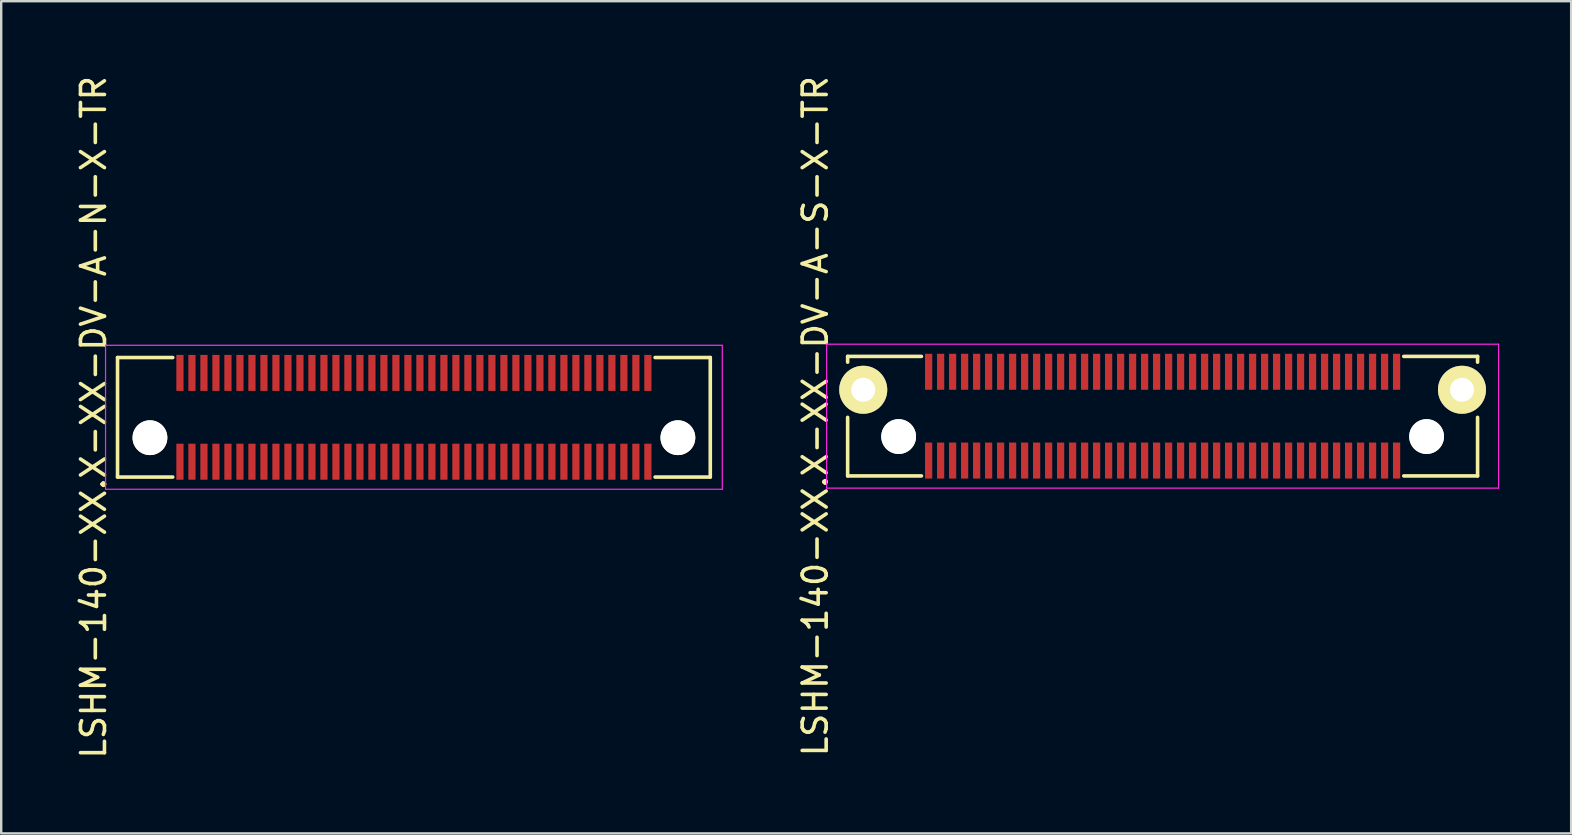
<source format=kicad_pcb>
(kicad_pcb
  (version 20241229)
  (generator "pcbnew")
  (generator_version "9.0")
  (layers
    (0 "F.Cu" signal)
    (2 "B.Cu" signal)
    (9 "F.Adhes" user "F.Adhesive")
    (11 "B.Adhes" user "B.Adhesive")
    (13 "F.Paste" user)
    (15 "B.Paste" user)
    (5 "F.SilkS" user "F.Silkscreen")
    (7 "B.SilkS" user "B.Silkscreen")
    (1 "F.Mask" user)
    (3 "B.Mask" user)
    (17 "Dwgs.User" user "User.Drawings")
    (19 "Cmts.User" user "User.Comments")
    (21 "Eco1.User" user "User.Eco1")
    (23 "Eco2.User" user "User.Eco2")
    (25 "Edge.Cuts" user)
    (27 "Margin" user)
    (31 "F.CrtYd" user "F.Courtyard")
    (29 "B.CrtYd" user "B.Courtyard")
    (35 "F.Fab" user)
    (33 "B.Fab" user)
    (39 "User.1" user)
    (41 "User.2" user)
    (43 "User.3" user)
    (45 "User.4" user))
  (footprint "LSHM-140-XX.X-XX-DV-A-N-X-TR"
    (layer "F.Cu")
    (at 14.198 14.339)
    (property "Reference" "LSHM-140-XX.X-XX-DV-A-N-X-TR" (at -13.35 0 270) (layer "F.SilkS") (effects (font (size 1 1) (thickness 0.15))))
    (attr smd)
    (fp_line (start -12.35 -2.49) (end -12.35 2.49) (stroke (width 0.15) (type solid)) (layer "F.SilkS"))
    (fp_line (start -12.35 -2.49) (end -10.05 -2.49) (stroke (width 0.15) (type solid)) (layer "F.SilkS"))
    (fp_line (start -12.35 2.49) (end -10.05 2.49) (stroke (width 0.15) (type solid)) (layer "F.SilkS"))
    (fp_line (start 10.05 -2.49) (end 12.35 -2.49) (stroke (width 0.15) (type solid)) (layer "F.SilkS"))
    (fp_line (start 10.05 2.49) (end 12.35 2.49) (stroke (width 0.15) (type solid)) (layer "F.SilkS"))
    (fp_line (start 12.35 -2.49) (end 12.35 2.49) (stroke (width 0.15) (type solid)) (layer "F.SilkS"))
    (fp_line (start -12.85 -3) (end -12.85 3) (stroke (width 0.05) (type solid)) (layer "F.CrtYd"))
    (fp_line (start -12.85 -3) (end 12.85 -3) (stroke (width 0.05) (type solid)) (layer "F.CrtYd"))
    (fp_line (start -12.85 3) (end 12.85 3) (stroke (width 0.05) (type solid)) (layer "F.CrtYd"))
    (fp_line (start 12.85 -3) (end 12.85 3) (stroke (width 0.05) (type solid)) (layer "F.CrtYd"))
    (pad "" np_thru_hole circle (at -11 0.85) (size 1.45 1.45) (drill 1.45) (layers "*.Cu" "*.Mask" "F.SilkS"))
    (pad "" np_thru_hole circle (at 11 0.85) (size 1.45 1.45) (drill 1.45) (layers "*.Cu" "*.Mask" "F.SilkS"))
    (pad "1" smd rect (at 9.75 1.85) (size 0.3 1.5) (layers "F.Cu" "F.Mask" "F.Paste"))
    (pad "2" smd rect (at 9.75 -1.85) (size 0.3 1.5) (layers "F.Cu" "F.Mask" "F.Paste"))
    (pad "3" smd rect (at 9.25 1.85) (size 0.3 1.5) (layers "F.Cu" "F.Mask" "F.Paste"))
    (pad "4" smd rect (at 9.25 -1.85) (size 0.3 1.5) (layers "F.Cu" "F.Mask" "F.Paste"))
    (pad "5" smd rect (at 8.75 1.85) (size 0.3 1.5) (layers "F.Cu" "F.Mask" "F.Paste"))
    (pad "6" smd rect (at 8.75 -1.85) (size 0.3 1.5) (layers "F.Cu" "F.Mask" "F.Paste"))
    (pad "7" smd rect (at 8.25 1.85) (size 0.3 1.5) (layers "F.Cu" "F.Mask" "F.Paste"))
    (pad "8" smd rect (at 8.25 -1.85) (size 0.3 1.5) (layers "F.Cu" "F.Mask" "F.Paste"))
    (pad "9" smd rect (at 7.75 1.85) (size 0.3 1.5) (layers "F.Cu" "F.Mask" "F.Paste"))
    (pad "10" smd rect (at 7.75 -1.85) (size 0.3 1.5) (layers "F.Cu" "F.Mask" "F.Paste"))
    (pad "11" smd rect (at 7.25 1.85) (size 0.3 1.5) (layers "F.Cu" "F.Mask" "F.Paste"))
    (pad "12" smd rect (at 7.25 -1.85) (size 0.3 1.5) (layers "F.Cu" "F.Mask" "F.Paste"))
    (pad "13" smd rect (at 6.75 1.85) (size 0.3 1.5) (layers "F.Cu" "F.Mask" "F.Paste"))
    (pad "14" smd rect (at 6.75 -1.85) (size 0.3 1.5) (layers "F.Cu" "F.Mask" "F.Paste"))
    (pad "15" smd rect (at 6.25 1.85) (size 0.3 1.5) (layers "F.Cu" "F.Mask" "F.Paste"))
    (pad "16" smd rect (at 6.25 -1.85) (size 0.3 1.5) (layers "F.Cu" "F.Mask" "F.Paste"))
    (pad "17" smd rect (at 5.75 1.85) (size 0.3 1.5) (layers "F.Cu" "F.Mask" "F.Paste"))
    (pad "18" smd rect (at 5.75 -1.85) (size 0.3 1.5) (layers "F.Cu" "F.Mask" "F.Paste"))
    (pad "19" smd rect (at 5.25 1.85) (size 0.3 1.5) (layers "F.Cu" "F.Mask" "F.Paste"))
    (pad "20" smd rect (at 5.25 -1.85) (size 0.3 1.5) (layers "F.Cu" "F.Mask" "F.Paste"))
    (pad "21" smd rect (at 4.75 1.85) (size 0.3 1.5) (layers "F.Cu" "F.Mask" "F.Paste"))
    (pad "22" smd rect (at 4.75 -1.85) (size 0.3 1.5) (layers "F.Cu" "F.Mask" "F.Paste"))
    (pad "23" smd rect (at 4.25 1.85) (size 0.3 1.5) (layers "F.Cu" "F.Mask" "F.Paste"))
    (pad "24" smd rect (at 4.25 -1.85) (size 0.3 1.5) (layers "F.Cu" "F.Mask" "F.Paste"))
    (pad "25" smd rect (at 3.75 1.85) (size 0.3 1.5) (layers "F.Cu" "F.Mask" "F.Paste"))
    (pad "26" smd rect (at 3.75 -1.85) (size 0.3 1.5) (layers "F.Cu" "F.Mask" "F.Paste"))
    (pad "27" smd rect (at 3.25 1.85) (size 0.3 1.5) (layers "F.Cu" "F.Mask" "F.Paste"))
    (pad "28" smd rect (at 3.25 -1.85) (size 0.3 1.5) (layers "F.Cu" "F.Mask" "F.Paste"))
    (pad "29" smd rect (at 2.75 1.85) (size 0.3 1.5) (layers "F.Cu" "F.Mask" "F.Paste"))
    (pad "30" smd rect (at 2.75 -1.85) (size 0.3 1.5) (layers "F.Cu" "F.Mask" "F.Paste"))
    (pad "31" smd rect (at 2.25 1.85) (size 0.3 1.5) (layers "F.Cu" "F.Mask" "F.Paste"))
    (pad "32" smd rect (at 2.25 -1.85) (size 0.3 1.5) (layers "F.Cu" "F.Mask" "F.Paste"))
    (pad "33" smd rect (at 1.75 1.85) (size 0.3 1.5) (layers "F.Cu" "F.Mask" "F.Paste"))
    (pad "34" smd rect (at 1.75 -1.85) (size 0.3 1.5) (layers "F.Cu" "F.Mask" "F.Paste"))
    (pad "35" smd rect (at 1.25 1.85) (size 0.3 1.5) (layers "F.Cu" "F.Mask" "F.Paste"))
    (pad "36" smd rect (at 1.25 -1.85) (size 0.3 1.5) (layers "F.Cu" "F.Mask" "F.Paste"))
    (pad "37" smd rect (at 0.75 1.85) (size 0.3 1.5) (layers "F.Cu" "F.Mask" "F.Paste"))
    (pad "38" smd rect (at 0.75 -1.85) (size 0.3 1.5) (layers "F.Cu" "F.Mask" "F.Paste"))
    (pad "39" smd rect (at 0.25 1.85) (size 0.3 1.5) (layers "F.Cu" "F.Mask" "F.Paste"))
    (pad "40" smd rect (at 0.25 -1.85) (size 0.3 1.5) (layers "F.Cu" "F.Mask" "F.Paste"))
    (pad "41" smd rect (at -0.25 1.85) (size 0.3 1.5) (layers "F.Cu" "F.Mask" "F.Paste"))
    (pad "42" smd rect (at -0.25 -1.85) (size 0.3 1.5) (layers "F.Cu" "F.Mask" "F.Paste"))
    (pad "43" smd rect (at -0.75 1.85) (size 0.3 1.5) (layers "F.Cu" "F.Mask" "F.Paste"))
    (pad "44" smd rect (at -0.75 -1.85) (size 0.3 1.5) (layers "F.Cu" "F.Mask" "F.Paste"))
    (pad "45" smd rect (at -1.25 1.85) (size 0.3 1.5) (layers "F.Cu" "F.Mask" "F.Paste"))
    (pad "46" smd rect (at -1.25 -1.85) (size 0.3 1.5) (layers "F.Cu" "F.Mask" "F.Paste"))
    (pad "47" smd rect (at -1.75 1.85) (size 0.3 1.5) (layers "F.Cu" "F.Mask" "F.Paste"))
    (pad "48" smd rect (at -1.75 -1.85) (size 0.3 1.5) (layers "F.Cu" "F.Mask" "F.Paste"))
    (pad "49" smd rect (at -2.25 1.85) (size 0.3 1.5) (layers "F.Cu" "F.Mask" "F.Paste"))
    (pad "50" smd rect (at -2.25 -1.85) (size 0.3 1.5) (layers "F.Cu" "F.Mask" "F.Paste"))
    (pad "51" smd rect (at -2.75 1.85) (size 0.3 1.5) (layers "F.Cu" "F.Mask" "F.Paste"))
    (pad "52" smd rect (at -2.75 -1.85) (size 0.3 1.5) (layers "F.Cu" "F.Mask" "F.Paste"))
    (pad "53" smd rect (at -3.25 1.85) (size 0.3 1.5) (layers "F.Cu" "F.Mask" "F.Paste"))
    (pad "54" smd rect (at -3.25 -1.85) (size 0.3 1.5) (layers "F.Cu" "F.Mask" "F.Paste"))
    (pad "55" smd rect (at -3.75 1.85) (size 0.3 1.5) (layers "F.Cu" "F.Mask" "F.Paste"))
    (pad "56" smd rect (at -3.75 -1.85) (size 0.3 1.5) (layers "F.Cu" "F.Mask" "F.Paste"))
    (pad "57" smd rect (at -4.25 1.85) (size 0.3 1.5) (layers "F.Cu" "F.Mask" "F.Paste"))
    (pad "58" smd rect (at -4.25 -1.85) (size 0.3 1.5) (layers "F.Cu" "F.Mask" "F.Paste"))
    (pad "59" smd rect (at -4.75 1.85) (size 0.3 1.5) (layers "F.Cu" "F.Mask" "F.Paste"))
    (pad "60" smd rect (at -4.75 -1.85) (size 0.3 1.5) (layers "F.Cu" "F.Mask" "F.Paste"))
    (pad "61" smd rect (at -5.25 1.85) (size 0.3 1.5) (layers "F.Cu" "F.Mask" "F.Paste"))
    (pad "62" smd rect (at -5.25 -1.85) (size 0.3 1.5) (layers "F.Cu" "F.Mask" "F.Paste"))
    (pad "63" smd rect (at -5.75 1.85) (size 0.3 1.5) (layers "F.Cu" "F.Mask" "F.Paste"))
    (pad "64" smd rect (at -5.75 -1.85) (size 0.3 1.5) (layers "F.Cu" "F.Mask" "F.Paste"))
    (pad "65" smd rect (at -6.25 1.85) (size 0.3 1.5) (layers "F.Cu" "F.Mask" "F.Paste"))
    (pad "66" smd rect (at -6.25 -1.85) (size 0.3 1.5) (layers "F.Cu" "F.Mask" "F.Paste"))
    (pad "67" smd rect (at -6.75 1.85) (size 0.3 1.5) (layers "F.Cu" "F.Mask" "F.Paste"))
    (pad "68" smd rect (at -6.75 -1.85) (size 0.3 1.5) (layers "F.Cu" "F.Mask" "F.Paste"))
    (pad "69" smd rect (at -7.25 1.85) (size 0.3 1.5) (layers "F.Cu" "F.Mask" "F.Paste"))
    (pad "70" smd rect (at -7.25 -1.85) (size 0.3 1.5) (layers "F.Cu" "F.Mask" "F.Paste"))
    (pad "71" smd rect (at -7.75 1.85) (size 0.3 1.5) (layers "F.Cu" "F.Mask" "F.Paste"))
    (pad "72" smd rect (at -7.75 -1.85) (size 0.3 1.5) (layers "F.Cu" "F.Mask" "F.Paste"))
    (pad "73" smd rect (at -8.25 1.85) (size 0.3 1.5) (layers "F.Cu" "F.Mask" "F.Paste"))
    (pad "74" smd rect (at -8.25 -1.85) (size 0.3 1.5) (layers "F.Cu" "F.Mask" "F.Paste"))
    (pad "75" smd rect (at -8.75 1.85) (size 0.3 1.5) (layers "F.Cu" "F.Mask" "F.Paste"))
    (pad "76" smd rect (at -8.75 -1.85) (size 0.3 1.5) (layers "F.Cu" "F.Mask" "F.Paste"))
    (pad "77" smd rect (at -9.25 1.85) (size 0.3 1.5) (layers "F.Cu" "F.Mask" "F.Paste"))
    (pad "78" smd rect (at -9.25 -1.85) (size 0.3 1.5) (layers "F.Cu" "F.Mask" "F.Paste"))
    (pad "79" smd rect (at -9.75 1.85) (size 0.3 1.5) (layers "F.Cu" "F.Mask" "F.Paste"))
    (pad "80" smd rect (at -9.75 -1.85) (size 0.3 1.5) (layers "F.Cu" "F.Mask" "F.Paste")))
  (footprint "LSHM-140-XX.X-XX-DV-A-S-X-TR"
    (layer "F.Cu")
    (at 45.397 14.292)
    (property "Reference" "LSHM-140-XX.X-XX-DV-A-S-X-TR" (at -14.475 0 270) (layer "F.SilkS") (effects (font (size 1 1) (thickness 0.15))))
    (attr smd)
    (fp_line (start -13.125 -2.49) (end -13.125 -2.25) (stroke (width 0.15) (type solid)) (layer "F.SilkS"))
    (fp_line (start -13.125 -2.49) (end -10.05 -2.49) (stroke (width 0.15) (type solid)) (layer "F.SilkS"))
    (fp_line (start -13.125 0.05) (end -13.125 2.49) (stroke (width 0.15) (type solid)) (layer "F.SilkS"))
    (fp_line (start -13.125 2.49) (end -10.05 2.49) (stroke (width 0.15) (type solid)) (layer "F.SilkS"))
    (fp_line (start 10.05 -2.49) (end 13.125 -2.49) (stroke (width 0.15) (type solid)) (layer "F.SilkS"))
    (fp_line (start 10.05 2.49) (end 13.125 2.49) (stroke (width 0.15) (type solid)) (layer "F.SilkS"))
    (fp_line (start 13.125 -2.49) (end 13.125 -2.25) (stroke (width 0.15) (type solid)) (layer "F.SilkS"))
    (fp_line (start 13.125 0.05) (end 13.125 2.49) (stroke (width 0.15) (type solid)) (layer "F.SilkS"))
    (fp_line (start -14 -3) (end -14 3) (stroke (width 0.05) (type solid)) (layer "F.CrtYd"))
    (fp_line (start -14 -3) (end 14 -3) (stroke (width 0.05) (type solid)) (layer "F.CrtYd"))
    (fp_line (start -14 3) (end 14 3) (stroke (width 0.05) (type solid)) (layer "F.CrtYd"))
    (fp_line (start 14 -3) (end 14 3) (stroke (width 0.05) (type solid)) (layer "F.CrtYd"))
    (pad "" np_thru_hole circle (at -11 0.85) (size 1.45 1.45) (drill 1.45) (layers "*.Cu" "*.Mask" "F.SilkS"))
    (pad "" np_thru_hole circle (at 11 0.85) (size 1.45 1.45) (drill 1.45) (layers "*.Cu" "*.Mask" "F.SilkS"))
    (pad "1" smd rect (at 9.75 1.85) (size 0.3 1.5) (layers "F.Cu" "F.Mask" "F.Paste"))
    (pad "2" smd rect (at 9.75 -1.85) (size 0.3 1.5) (layers "F.Cu" "F.Mask" "F.Paste"))
    (pad "3" smd rect (at 9.25 1.85) (size 0.3 1.5) (layers "F.Cu" "F.Mask" "F.Paste"))
    (pad "4" smd rect (at 9.25 -1.85) (size 0.3 1.5) (layers "F.Cu" "F.Mask" "F.Paste"))
    (pad "5" smd rect (at 8.75 1.85) (size 0.3 1.5) (layers "F.Cu" "F.Mask" "F.Paste"))
    (pad "6" smd rect (at 8.75 -1.85) (size 0.3 1.5) (layers "F.Cu" "F.Mask" "F.Paste"))
    (pad "7" smd rect (at 8.25 1.85) (size 0.3 1.5) (layers "F.Cu" "F.Mask" "F.Paste"))
    (pad "8" smd rect (at 8.25 -1.85) (size 0.3 1.5) (layers "F.Cu" "F.Mask" "F.Paste"))
    (pad "9" smd rect (at 7.75 1.85) (size 0.3 1.5) (layers "F.Cu" "F.Mask" "F.Paste"))
    (pad "10" smd rect (at 7.75 -1.85) (size 0.3 1.5) (layers "F.Cu" "F.Mask" "F.Paste"))
    (pad "11" smd rect (at 7.25 1.85) (size 0.3 1.5) (layers "F.Cu" "F.Mask" "F.Paste"))
    (pad "12" smd rect (at 7.25 -1.85) (size 0.3 1.5) (layers "F.Cu" "F.Mask" "F.Paste"))
    (pad "13" smd rect (at 6.75 1.85) (size 0.3 1.5) (layers "F.Cu" "F.Mask" "F.Paste"))
    (pad "14" smd rect (at 6.75 -1.85) (size 0.3 1.5) (layers "F.Cu" "F.Mask" "F.Paste"))
    (pad "15" smd rect (at 6.25 1.85) (size 0.3 1.5) (layers "F.Cu" "F.Mask" "F.Paste"))
    (pad "16" smd rect (at 6.25 -1.85) (size 0.3 1.5) (layers "F.Cu" "F.Mask" "F.Paste"))
    (pad "17" smd rect (at 5.75 1.85) (size 0.3 1.5) (layers "F.Cu" "F.Mask" "F.Paste"))
    (pad "18" smd rect (at 5.75 -1.85) (size 0.3 1.5) (layers "F.Cu" "F.Mask" "F.Paste"))
    (pad "19" smd rect (at 5.25 1.85) (size 0.3 1.5) (layers "F.Cu" "F.Mask" "F.Paste"))
    (pad "20" smd rect (at 5.25 -1.85) (size 0.3 1.5) (layers "F.Cu" "F.Mask" "F.Paste"))
    (pad "21" smd rect (at 4.75 1.85) (size 0.3 1.5) (layers "F.Cu" "F.Mask" "F.Paste"))
    (pad "22" smd rect (at 4.75 -1.85) (size 0.3 1.5) (layers "F.Cu" "F.Mask" "F.Paste"))
    (pad "23" smd rect (at 4.25 1.85) (size 0.3 1.5) (layers "F.Cu" "F.Mask" "F.Paste"))
    (pad "24" smd rect (at 4.25 -1.85) (size 0.3 1.5) (layers "F.Cu" "F.Mask" "F.Paste"))
    (pad "25" smd rect (at 3.75 1.85) (size 0.3 1.5) (layers "F.Cu" "F.Mask" "F.Paste"))
    (pad "26" smd rect (at 3.75 -1.85) (size 0.3 1.5) (layers "F.Cu" "F.Mask" "F.Paste"))
    (pad "27" smd rect (at 3.25 1.85) (size 0.3 1.5) (layers "F.Cu" "F.Mask" "F.Paste"))
    (pad "28" smd rect (at 3.25 -1.85) (size 0.3 1.5) (layers "F.Cu" "F.Mask" "F.Paste"))
    (pad "29" smd rect (at 2.75 1.85) (size 0.3 1.5) (layers "F.Cu" "F.Mask" "F.Paste"))
    (pad "30" smd rect (at 2.75 -1.85) (size 0.3 1.5) (layers "F.Cu" "F.Mask" "F.Paste"))
    (pad "31" smd rect (at 2.25 1.85) (size 0.3 1.5) (layers "F.Cu" "F.Mask" "F.Paste"))
    (pad "32" smd rect (at 2.25 -1.85) (size 0.3 1.5) (layers "F.Cu" "F.Mask" "F.Paste"))
    (pad "33" smd rect (at 1.75 1.85) (size 0.3 1.5) (layers "F.Cu" "F.Mask" "F.Paste"))
    (pad "34" smd rect (at 1.75 -1.85) (size 0.3 1.5) (layers "F.Cu" "F.Mask" "F.Paste"))
    (pad "35" smd rect (at 1.25 1.85) (size 0.3 1.5) (layers "F.Cu" "F.Mask" "F.Paste"))
    (pad "36" smd rect (at 1.25 -1.85) (size 0.3 1.5) (layers "F.Cu" "F.Mask" "F.Paste"))
    (pad "37" smd rect (at 0.75 1.85) (size 0.3 1.5) (layers "F.Cu" "F.Mask" "F.Paste"))
    (pad "38" smd rect (at 0.75 -1.85) (size 0.3 1.5) (layers "F.Cu" "F.Mask" "F.Paste"))
    (pad "39" smd rect (at 0.25 1.85) (size 0.3 1.5) (layers "F.Cu" "F.Mask" "F.Paste"))
    (pad "40" smd rect (at 0.25 -1.85) (size 0.3 1.5) (layers "F.Cu" "F.Mask" "F.Paste"))
    (pad "41" smd rect (at -0.25 1.85) (size 0.3 1.5) (layers "F.Cu" "F.Mask" "F.Paste"))
    (pad "42" smd rect (at -0.25 -1.85) (size 0.3 1.5) (layers "F.Cu" "F.Mask" "F.Paste"))
    (pad "43" smd rect (at -0.75 1.85) (size 0.3 1.5) (layers "F.Cu" "F.Mask" "F.Paste"))
    (pad "44" smd rect (at -0.75 -1.85) (size 0.3 1.5) (layers "F.Cu" "F.Mask" "F.Paste"))
    (pad "45" smd rect (at -1.25 1.85) (size 0.3 1.5) (layers "F.Cu" "F.Mask" "F.Paste"))
    (pad "46" smd rect (at -1.25 -1.85) (size 0.3 1.5) (layers "F.Cu" "F.Mask" "F.Paste"))
    (pad "47" smd rect (at -1.75 1.85) (size 0.3 1.5) (layers "F.Cu" "F.Mask" "F.Paste"))
    (pad "48" smd rect (at -1.75 -1.85) (size 0.3 1.5) (layers "F.Cu" "F.Mask" "F.Paste"))
    (pad "49" smd rect (at -2.25 1.85) (size 0.3 1.5) (layers "F.Cu" "F.Mask" "F.Paste"))
    (pad "50" smd rect (at -2.25 -1.85) (size 0.3 1.5) (layers "F.Cu" "F.Mask" "F.Paste"))
    (pad "51" smd rect (at -2.75 1.85) (size 0.3 1.5) (layers "F.Cu" "F.Mask" "F.Paste"))
    (pad "52" smd rect (at -2.75 -1.85) (size 0.3 1.5) (layers "F.Cu" "F.Mask" "F.Paste"))
    (pad "53" smd rect (at -3.25 1.85) (size 0.3 1.5) (layers "F.Cu" "F.Mask" "F.Paste"))
    (pad "54" smd rect (at -3.25 -1.85) (size 0.3 1.5) (layers "F.Cu" "F.Mask" "F.Paste"))
    (pad "55" smd rect (at -3.75 1.85) (size 0.3 1.5) (layers "F.Cu" "F.Mask" "F.Paste"))
    (pad "56" smd rect (at -3.75 -1.85) (size 0.3 1.5) (layers "F.Cu" "F.Mask" "F.Paste"))
    (pad "57" smd rect (at -4.25 1.85) (size 0.3 1.5) (layers "F.Cu" "F.Mask" "F.Paste"))
    (pad "58" smd rect (at -4.25 -1.85) (size 0.3 1.5) (layers "F.Cu" "F.Mask" "F.Paste"))
    (pad "59" smd rect (at -4.75 1.85) (size 0.3 1.5) (layers "F.Cu" "F.Mask" "F.Paste"))
    (pad "60" smd rect (at -4.75 -1.85) (size 0.3 1.5) (layers "F.Cu" "F.Mask" "F.Paste"))
    (pad "61" smd rect (at -5.25 1.85) (size 0.3 1.5) (layers "F.Cu" "F.Mask" "F.Paste"))
    (pad "62" smd rect (at -5.25 -1.85) (size 0.3 1.5) (layers "F.Cu" "F.Mask" "F.Paste"))
    (pad "63" smd rect (at -5.75 1.85) (size 0.3 1.5) (layers "F.Cu" "F.Mask" "F.Paste"))
    (pad "64" smd rect (at -5.75 -1.85) (size 0.3 1.5) (layers "F.Cu" "F.Mask" "F.Paste"))
    (pad "65" smd rect (at -6.25 1.85) (size 0.3 1.5) (layers "F.Cu" "F.Mask" "F.Paste"))
    (pad "66" smd rect (at -6.25 -1.85) (size 0.3 1.5) (layers "F.Cu" "F.Mask" "F.Paste"))
    (pad "67" smd rect (at -6.75 1.85) (size 0.3 1.5) (layers "F.Cu" "F.Mask" "F.Paste"))
    (pad "68" smd rect (at -6.75 -1.85) (size 0.3 1.5) (layers "F.Cu" "F.Mask" "F.Paste"))
    (pad "69" smd rect (at -7.25 1.85) (size 0.3 1.5) (layers "F.Cu" "F.Mask" "F.Paste"))
    (pad "70" smd rect (at -7.25 -1.85) (size 0.3 1.5) (layers "F.Cu" "F.Mask" "F.Paste"))
    (pad "71" smd rect (at -7.75 1.85) (size 0.3 1.5) (layers "F.Cu" "F.Mask" "F.Paste"))
    (pad "72" smd rect (at -7.75 -1.85) (size 0.3 1.5) (layers "F.Cu" "F.Mask" "F.Paste"))
    (pad "73" smd rect (at -8.25 1.85) (size 0.3 1.5) (layers "F.Cu" "F.Mask" "F.Paste"))
    (pad "74" smd rect (at -8.25 -1.85) (size 0.3 1.5) (layers "F.Cu" "F.Mask" "F.Paste"))
    (pad "75" smd rect (at -8.75 1.85) (size 0.3 1.5) (layers "F.Cu" "F.Mask" "F.Paste"))
    (pad "76" smd rect (at -8.75 -1.85) (size 0.3 1.5) (layers "F.Cu" "F.Mask" "F.Paste"))
    (pad "77" smd rect (at -9.25 1.85) (size 0.3 1.5) (layers "F.Cu" "F.Mask" "F.Paste"))
    (pad "78" smd rect (at -9.25 -1.85) (size 0.3 1.5) (layers "F.Cu" "F.Mask" "F.Paste"))
    (pad "79" smd rect (at -9.75 1.85) (size 0.3 1.5) (layers "F.Cu" "F.Mask" "F.Paste"))
    (pad "80" smd rect (at -9.75 -1.85) (size 0.3 1.5) (layers "F.Cu" "F.Mask" "F.Paste"))
    (pad "F1" thru_hole circle (at -12.475 -1.1) (size 2 2) (drill 1) (layers "*.Cu" "*.Mask" "F.SilkS"))
    (pad "F2" thru_hole circle (at 12.475 -1.1) (size 2 2) (drill 1) (layers "*.Cu" "*.Mask" "F.SilkS")))
  (gr_rect
    (start -3 -3)
    (end 62.422 31.679)
    (stroke (width 0.1) (type default))
    (fill no)
    (layer "Edge.Cuts")))
</source>
